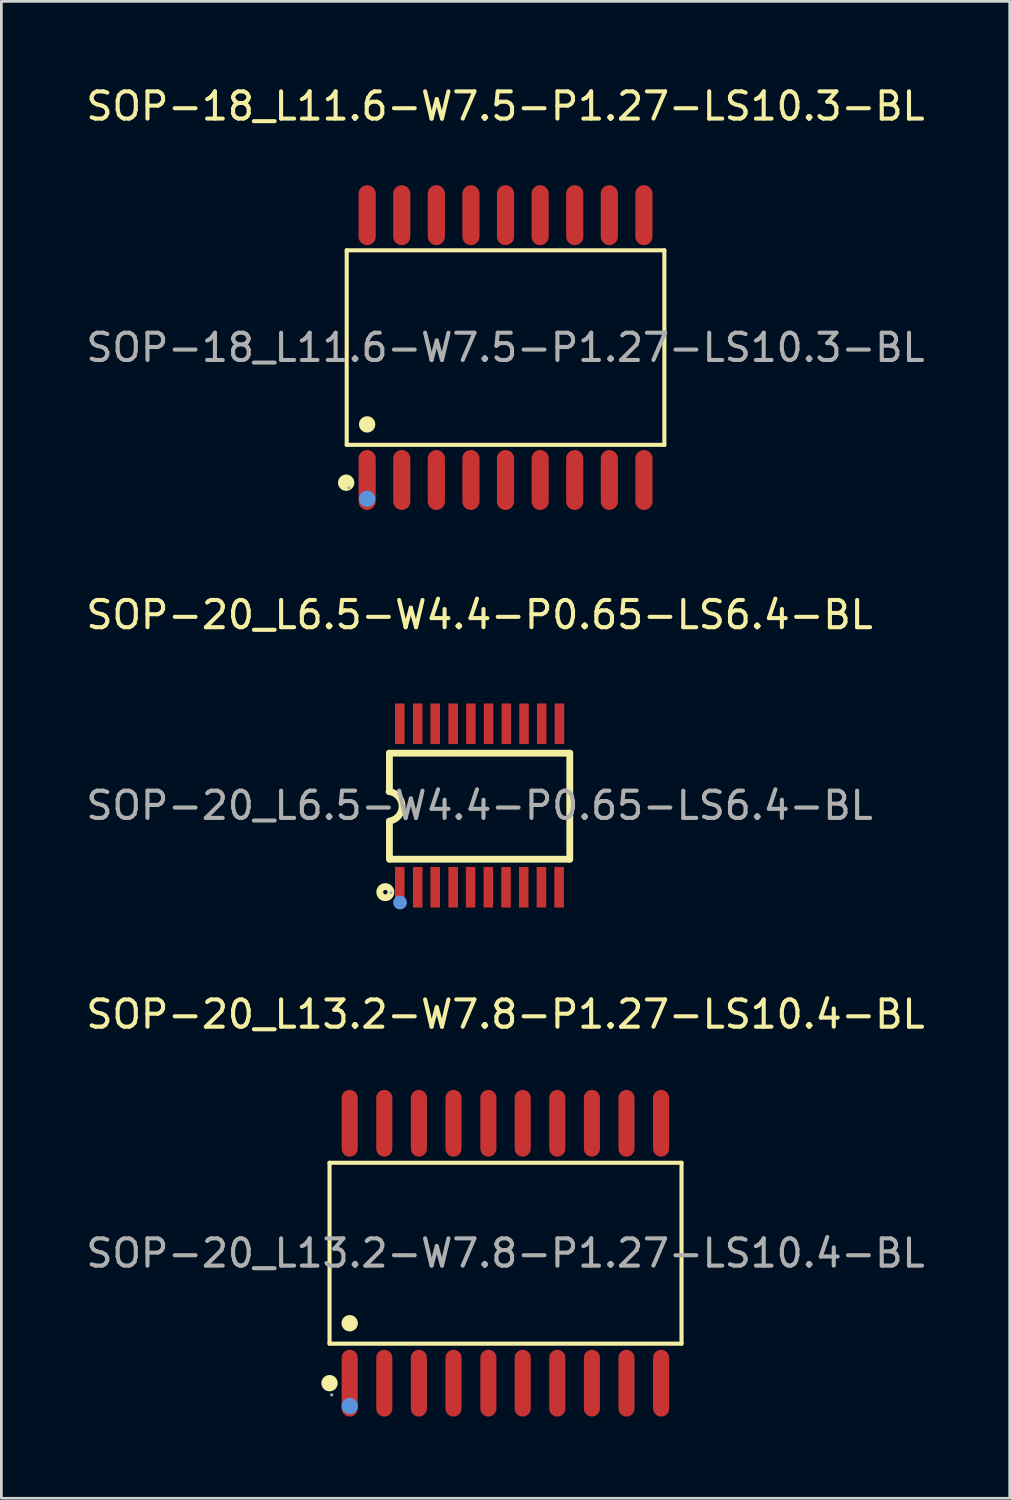
<source format=kicad_pcb>
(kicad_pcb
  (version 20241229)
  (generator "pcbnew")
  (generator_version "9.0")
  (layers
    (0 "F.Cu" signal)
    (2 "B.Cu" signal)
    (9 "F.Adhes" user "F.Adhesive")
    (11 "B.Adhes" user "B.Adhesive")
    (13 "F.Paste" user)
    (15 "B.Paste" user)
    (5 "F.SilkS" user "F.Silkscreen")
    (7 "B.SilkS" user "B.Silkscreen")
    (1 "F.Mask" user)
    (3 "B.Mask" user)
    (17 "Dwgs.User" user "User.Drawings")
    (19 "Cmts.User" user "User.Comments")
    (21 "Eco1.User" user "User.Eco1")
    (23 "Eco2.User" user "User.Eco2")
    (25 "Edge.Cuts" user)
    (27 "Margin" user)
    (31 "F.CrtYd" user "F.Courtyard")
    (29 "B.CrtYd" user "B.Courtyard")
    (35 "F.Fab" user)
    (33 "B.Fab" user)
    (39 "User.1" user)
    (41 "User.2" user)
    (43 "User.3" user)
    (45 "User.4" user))
  (footprint "SOP-18_L11.6-W7.5-P1.27-LS10.3-BL"
    (layer "F.Cu")
    (at 15.506 9.708)
    (property "Reference" "SOP-18_L11.6-W7.5-P1.27-LS10.3-BL" (at 0 -8.86 0) (layer "F.SilkS") (effects (font (size 1 1) (thickness 0.15))))
    (attr through_hole)
    (fp_line (start -5.83 -3.57) (end 5.83 -3.57) (stroke (width 0.15) (type solid)) (layer "F.SilkS"))
    (fp_line (start -5.83 3.57) (end -5.83 -3.57) (stroke (width 0.15) (type solid)) (layer "F.SilkS"))
    (fp_line (start 5.83 -3.57) (end 5.83 3.57) (stroke (width 0.15) (type solid)) (layer "F.SilkS"))
    (fp_line (start 5.83 3.57) (end -5.83 3.57) (stroke (width 0.15) (type solid)) (layer "F.SilkS"))
    (fp_circle (center -5.85 4.96) (end -5.7 4.96) (stroke (width 0.3) (type solid)) (fill no) (layer "F.SilkS"))
    (fp_circle (center -5.08 2.82) (end -4.93 2.82) (stroke (width 0.3) (type solid)) (fill no) (layer "F.SilkS"))
    (fp_circle (center -5.08 5.55) (end -4.93 5.55) (stroke (width 0.3) (type solid)) (fill no) (layer "Cmts.User"))
    (fp_circle (center -5.75 5.15) (end -5.72 5.15) (stroke (width 0.06) (type solid)) (fill no) (layer "F.Fab"))
    (fp_text user "${REFERENCE}" (at 0 0 0) (layer "F.Fab") (effects (font (size 1 1) (thickness 0.15))))
    (pad "1" smd oval (at -5.08 4.86) (size 0.63 2.2) (layers "F.Cu" "F.Mask" "F.Paste"))
    (pad "2" smd oval (at -3.81 4.86) (size 0.63 2.2) (layers "F.Cu" "F.Mask" "F.Paste"))
    (pad "3" smd oval (at -2.54 4.86) (size 0.63 2.2) (layers "F.Cu" "F.Mask" "F.Paste"))
    (pad "4" smd oval (at -1.27 4.86) (size 0.63 2.2) (layers "F.Cu" "F.Mask" "F.Paste"))
    (pad "5" smd oval (at 0 4.86) (size 0.63 2.2) (layers "F.Cu" "F.Mask" "F.Paste"))
    (pad "6" smd oval (at 1.27 4.86) (size 0.63 2.2) (layers "F.Cu" "F.Mask" "F.Paste"))
    (pad "7" smd oval (at 2.54 4.86) (size 0.63 2.2) (layers "F.Cu" "F.Mask" "F.Paste"))
    (pad "8" smd oval (at 3.81 4.86) (size 0.63 2.2) (layers "F.Cu" "F.Mask" "F.Paste"))
    (pad "9" smd oval (at 5.08 4.86) (size 0.63 2.2) (layers "F.Cu" "F.Mask" "F.Paste"))
    (pad "10" smd oval (at 5.08 -4.86) (size 0.63 2.2) (layers "F.Cu" "F.Mask" "F.Paste"))
    (pad "11" smd oval (at 3.81 -4.86) (size 0.63 2.2) (layers "F.Cu" "F.Mask" "F.Paste"))
    (pad "12" smd oval (at 2.54 -4.86) (size 0.63 2.2) (layers "F.Cu" "F.Mask" "F.Paste"))
    (pad "13" smd oval (at 1.27 -4.86) (size 0.63 2.2) (layers "F.Cu" "F.Mask" "F.Paste"))
    (pad "14" smd oval (at 0 -4.86) (size 0.63 2.2) (layers "F.Cu" "F.Mask" "F.Paste"))
    (pad "15" smd oval (at -1.27 -4.86) (size 0.63 2.2) (layers "F.Cu" "F.Mask" "F.Paste"))
    (pad "16" smd oval (at -2.54 -4.86) (size 0.63 2.2) (layers "F.Cu" "F.Mask" "F.Paste"))
    (pad "17" smd oval (at -3.81 -4.86) (size 0.63 2.2) (layers "F.Cu" "F.Mask" "F.Paste"))
    (pad "18" smd oval (at -5.08 -4.86) (size 0.63 2.2) (layers "F.Cu" "F.Mask" "F.Paste")))
  (footprint "SOP-20_L13.2-W7.8-P1.27-LS10.4-BL"
    (layer "F.Cu")
    (at 15.506 42.95)
    (property "Reference" "SOP-20_L13.2-W7.8-P1.27-LS10.4-BL" (at 0 -8.77 0) (layer "F.SilkS") (effects (font (size 1 1) (thickness 0.15))))
    (attr through_hole)
    (fp_line (start -6.46 -3.32) (end 6.46 -3.32) (stroke (width 0.15) (type solid)) (layer "F.SilkS"))
    (fp_line (start -6.46 3.32) (end -6.46 -3.32) (stroke (width 0.15) (type solid)) (layer "F.SilkS"))
    (fp_line (start 6.46 -3.32) (end 6.46 3.32) (stroke (width 0.15) (type solid)) (layer "F.SilkS"))
    (fp_line (start 6.46 3.32) (end -6.46 3.32) (stroke (width 0.15) (type solid)) (layer "F.SilkS"))
    (fp_circle (center -6.46 4.77) (end -6.31 4.77) (stroke (width 0.3) (type solid)) (fill no) (layer "F.SilkS"))
    (fp_circle (center -5.72 2.57) (end -5.57 2.57) (stroke (width 0.3) (type solid)) (fill no) (layer "F.SilkS"))
    (fp_circle (center -5.72 5.61) (end -5.57 5.61) (stroke (width 0.3) (type solid)) (fill no) (layer "Cmts.User"))
    (fp_circle (center -6.38 5.2) (end -6.35 5.2) (stroke (width 0.06) (type solid)) (fill no) (layer "F.Fab"))
    (fp_text user "${REFERENCE}" (at 0 0 0) (layer "F.Fab") (effects (font (size 1 1) (thickness 0.15))))
    (pad "1" smd oval (at -5.72 4.77) (size 0.59 2.45) (layers "F.Cu" "F.Mask" "F.Paste"))
    (pad "2" smd oval (at -4.45 4.77) (size 0.59 2.45) (layers "F.Cu" "F.Mask" "F.Paste"))
    (pad "3" smd oval (at -3.18 4.77) (size 0.59 2.45) (layers "F.Cu" "F.Mask" "F.Paste"))
    (pad "4" smd oval (at -1.91 4.77) (size 0.59 2.45) (layers "F.Cu" "F.Mask" "F.Paste"))
    (pad "5" smd oval (at -0.63 4.77) (size 0.59 2.45) (layers "F.Cu" "F.Mask" "F.Paste"))
    (pad "6" smd oval (at 0.63 4.77) (size 0.59 2.45) (layers "F.Cu" "F.Mask" "F.Paste"))
    (pad "7" smd oval (at 1.9 4.77) (size 0.59 2.45) (layers "F.Cu" "F.Mask" "F.Paste"))
    (pad "8" smd oval (at 3.17 4.77) (size 0.59 2.45) (layers "F.Cu" "F.Mask" "F.Paste"))
    (pad "9" smd oval (at 4.44 4.77) (size 0.59 2.45) (layers "F.Cu" "F.Mask" "F.Paste"))
    (pad "10" smd oval (at 5.71 4.77) (size 0.59 2.45) (layers "F.Cu" "F.Mask" "F.Paste"))
    (pad "11" smd oval (at 5.71 -4.77) (size 0.59 2.45) (layers "F.Cu" "F.Mask" "F.Paste"))
    (pad "12" smd oval (at 4.44 -4.77) (size 0.59 2.45) (layers "F.Cu" "F.Mask" "F.Paste"))
    (pad "13" smd oval (at 3.17 -4.77) (size 0.59 2.45) (layers "F.Cu" "F.Mask" "F.Paste"))
    (pad "14" smd oval (at 1.9 -4.77) (size 0.59 2.45) (layers "F.Cu" "F.Mask" "F.Paste"))
    (pad "15" smd oval (at 0.63 -4.77) (size 0.59 2.45) (layers "F.Cu" "F.Mask" "F.Paste"))
    (pad "16" smd oval (at -0.63 -4.77) (size 0.59 2.45) (layers "F.Cu" "F.Mask" "F.Paste"))
    (pad "17" smd oval (at -1.91 -4.77) (size 0.59 2.45) (layers "F.Cu" "F.Mask" "F.Paste"))
    (pad "18" smd oval (at -3.18 -4.77) (size 0.59 2.45) (layers "F.Cu" "F.Mask" "F.Paste"))
    (pad "19" smd oval (at -4.45 -4.77) (size 0.59 2.45) (layers "F.Cu" "F.Mask" "F.Paste"))
    (pad "20" smd oval (at -5.72 -4.77) (size 0.59 2.45) (layers "F.Cu" "F.Mask" "F.Paste")))
  (footprint "SOP-20_L6.5-W4.4-P0.65-LS6.4-BL"
    (layer "F.Cu")
    (at 14.554 26.517)
    (property "Reference" "SOP-20_L6.5-W4.4-P0.65-LS6.4-BL" (at 0 -7 0) (layer "F.SilkS") (effects (font (size 1 1) (thickness 0.15))))
    (attr through_hole)
    (fp_line (start -3.31 -0.52) (end -3.31 -1.92) (stroke (width 0.25) (type solid)) (layer "F.SilkS"))
    (fp_line (start -3.31 1.97) (end -3.31 0.6) (stroke (width 0.25) (type solid)) (layer "F.SilkS"))
    (fp_line (start 3.31 -1.92) (end -3.31 -1.92) (stroke (width 0.25) (type solid)) (layer "F.SilkS"))
    (fp_line (start 3.31 1.97) (end -3.29 1.97) (stroke (width 0.25) (type solid)) (layer "F.SilkS"))
    (fp_line (start 3.31 1.97) (end 3.31 -1.92) (stroke (width 0.25) (type solid)) (layer "F.SilkS"))
    (fp_arc (start -3.32316 -0.511786) (mid -2.844147 0.02336) (end -3.31 0.57) (stroke (width 0.25) (type solid)) (layer "F.SilkS"))
    (fp_circle (center -3.46 3.18) (end -3.38 3.18) (stroke (width 0.25) (type solid)) (fill no) (layer "F.SilkS"))
    (fp_circle (center -2.92 3.56) (end -2.79 3.56) (stroke (width 0.25) (type solid)) (fill no) (layer "Cmts.User"))
    (fp_circle (center -3.25 3.2) (end -3.22 3.2) (stroke (width 0.06) (type solid)) (fill no) (layer "F.Fab"))
    (fp_text user "${REFERENCE}" (at 0 0 0) (layer "F.Fab") (effects (font (size 1 1) (thickness 0.15))))
    (pad "1" smd rect (at -2.93 3) (size 0.35 1.49) (layers "F.Cu" "F.Mask" "F.Paste"))
    (pad "2" smd rect (at -2.27 3) (size 0.35 1.49) (layers "F.Cu" "F.Mask" "F.Paste"))
    (pad "3" smd rect (at -1.63 3) (size 0.35 1.49) (layers "F.Cu" "F.Mask" "F.Paste"))
    (pad "4" smd rect (at -0.97 3) (size 0.35 1.49) (layers "F.Cu" "F.Mask" "F.Paste"))
    (pad "5" smd rect (at -0.33 3) (size 0.35 1.49) (layers "F.Cu" "F.Mask" "F.Paste"))
    (pad "6" smd rect (at 0.32 3) (size 0.35 1.49) (layers "F.Cu" "F.Mask" "F.Paste"))
    (pad "7" smd rect (at 0.97 3) (size 0.35 1.49) (layers "F.Cu" "F.Mask" "F.Paste"))
    (pad "8" smd rect (at 1.62 3) (size 0.35 1.49) (layers "F.Cu" "F.Mask" "F.Paste"))
    (pad "9" smd rect (at 2.27 3) (size 0.35 1.49) (layers "F.Cu" "F.Mask" "F.Paste"))
    (pad "10" smd rect (at 2.92 3) (size 0.35 1.49) (layers "F.Cu" "F.Mask" "F.Paste"))
    (pad "11" smd rect (at 2.93 -3) (size 0.35 1.49) (layers "F.Cu" "F.Mask" "F.Paste"))
    (pad "12" smd rect (at 2.28 -3) (size 0.35 1.49) (layers "F.Cu" "F.Mask" "F.Paste"))
    (pad "13" smd rect (at 1.63 -3) (size 0.35 1.49) (layers "F.Cu" "F.Mask" "F.Paste"))
    (pad "14" smd rect (at 0.98 -3) (size 0.35 1.49) (layers "F.Cu" "F.Mask" "F.Paste"))
    (pad "15" smd rect (at 0.33 -3) (size 0.35 1.49) (layers "F.Cu" "F.Mask" "F.Paste"))
    (pad "16" smd rect (at -0.32 -3) (size 0.35 1.49) (layers "F.Cu" "F.Mask" "F.Paste"))
    (pad "17" smd rect (at -0.97 -3) (size 0.35 1.49) (layers "F.Cu" "F.Mask" "F.Paste"))
    (pad "18" smd rect (at -1.63 -3) (size 0.35 1.49) (layers "F.Cu" "F.Mask" "F.Paste"))
    (pad "19" smd rect (at -2.27 -3) (size 0.35 1.49) (layers "F.Cu" "F.Mask" "F.Paste"))
    (pad "20" smd rect (at -2.93 -3) (size 0.35 1.49) (layers "F.Cu" "F.Mask" "F.Paste")))
  (gr_rect
    (start -3 -3)
    (end 34.012 51.945)
    (stroke (width 0.1) (type default))
    (fill no)
    (layer "Edge.Cuts")))
</source>
